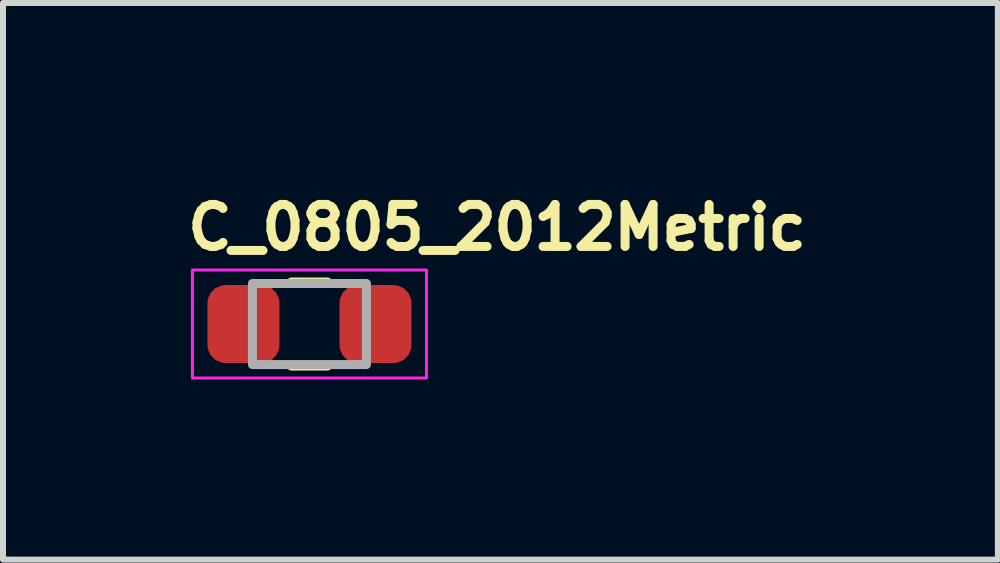
<source format=kicad_pcb>
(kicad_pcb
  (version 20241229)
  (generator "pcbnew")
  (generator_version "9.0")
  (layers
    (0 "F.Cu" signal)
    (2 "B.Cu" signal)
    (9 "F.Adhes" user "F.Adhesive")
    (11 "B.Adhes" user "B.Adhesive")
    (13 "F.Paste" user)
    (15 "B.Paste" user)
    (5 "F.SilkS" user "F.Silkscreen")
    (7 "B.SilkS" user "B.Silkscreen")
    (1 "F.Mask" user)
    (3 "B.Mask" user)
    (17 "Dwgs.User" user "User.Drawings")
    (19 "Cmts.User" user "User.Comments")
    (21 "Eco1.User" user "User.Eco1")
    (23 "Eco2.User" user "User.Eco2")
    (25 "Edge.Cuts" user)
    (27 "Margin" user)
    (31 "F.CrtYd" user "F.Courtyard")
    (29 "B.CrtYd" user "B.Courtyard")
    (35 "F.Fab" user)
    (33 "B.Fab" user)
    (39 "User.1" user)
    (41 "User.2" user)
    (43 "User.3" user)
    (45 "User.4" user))
  (footprint "C_0805_2012Metric"
    (layer "F.Cu")
    (at 2.106 2.349)
    (property "Reference" "C_0805_2012Metric" (at -2.106 -1.199 0) (layer "F.SilkS") (effects (font (size 0.7 0.7) (thickness 0.15)) (justify left bottom)))
    (attr smd)
    (fp_line (start -0.3 -0.7) (end 0.3 -0.7) (stroke (width 0.15) (type solid)) (layer "F.SilkS"))
    (fp_line (start -0.3 0.7) (end 0.3 0.7) (stroke (width 0.15) (type solid)) (layer "F.SilkS"))
    (fp_rect (start 1.95 -0.9) (end -1.95 0.9) (stroke (width 0.05) (type default)) (fill no) (layer "F.CrtYd"))
    (fp_rect (start -0.95 -0.675) (end 0.95 0.675) (stroke (width 0.15) (type solid)) (fill no) (layer "F.Fab"))
    (fp_rect (start -1 -0.624) (end 1 0.624) (stroke (width 0.1) (type solid)) (fill no) (layer "User.5"))
    (fp_line (start -1 -0.62) (end -1 -0.619) (stroke (width 0.02) (type solid)) (layer "User.9"))
    (fp_line (start -1 -0.619) (end -1 -0.619) (stroke (width 0.02) (type solid)) (layer "User.9"))
    (fp_line (start -1 -0.619) (end -1 -0.618) (stroke (width 0.02) (type solid)) (layer "User.9"))
    (fp_line (start -1 -0.618) (end -1 -0.618) (stroke (width 0.02) (type solid)) (layer "User.9"))
    (fp_line (start -1 -0.618) (end -1 -0.618) (stroke (width 0.02) (type solid)) (layer "User.9"))
    (fp_line (start -1 -0.618) (end -1 -0.617) (stroke (width 0.02) (type solid)) (layer "User.9"))
    (fp_line (start -1 -0.617) (end -1 -0.617) (stroke (width 0.02) (type solid)) (layer "User.9"))
    (fp_line (start -1 -0.617) (end -1 -0.616) (stroke (width 0.02) (type solid)) (layer "User.9"))
    (fp_line (start -1 -0.616) (end -1 -0.615) (stroke (width 0.02) (type solid)) (layer "User.9"))
    (fp_line (start -1 -0.615) (end -1 -0.615) (stroke (width 0.02) (type solid)) (layer "User.9"))
    (fp_line (start -1 -0.615) (end -1 -0.615) (stroke (width 0.02) (type solid)) (layer "User.9"))
    (fp_line (start -1 -0.615) (end -1 -0.614) (stroke (width 0.02) (type solid)) (layer "User.9"))
    (fp_line (start -1 -0.615) (end -1 0.613) (stroke (width 0.02) (type solid)) (layer "User.9"))
    (fp_line (start -1 -0.614) (end -1 -0.614) (stroke (width 0.02) (type solid)) (layer "User.9"))
    (fp_line (start -1 -0.614) (end -1 -0.613) (stroke (width 0.02) (type solid)) (layer "User.9"))
    (fp_line (start -1 -0.613) (end -1 -0.613) (stroke (width 0.02) (type solid)) (layer "User.9"))
    (fp_line (start -1 -0.613) (end -1 -0.613) (stroke (width 0.02) (type solid)) (layer "User.9"))
    (fp_line (start -1 -0.613) (end -1 -0.612) (stroke (width 0.02) (type solid)) (layer "User.9"))
    (fp_line (start -1 -0.612) (end -1 -0.612) (stroke (width 0.02) (type solid)) (layer "User.9"))
    (fp_line (start -1 -0.612) (end -1 -0.611) (stroke (width 0.02) (type solid)) (layer "User.9"))
    (fp_line (start -1 -0.611) (end -0.999 -0.611) (stroke (width 0.02) (type solid)) (layer "User.9"))
    (fp_line (start -1 0.609) (end -1 0.61) (stroke (width 0.02) (type solid)) (layer "User.9"))
    (fp_line (start -1 0.61) (end -1 0.61) (stroke (width 0.02) (type solid)) (layer "User.9"))
    (fp_line (start -1 0.61) (end -1 0.611) (stroke (width 0.02) (type solid)) (layer "User.9"))
    (fp_line (start -1 0.611) (end -1 0.611) (stroke (width 0.02) (type solid)) (layer "User.9"))
    (fp_line (start -1 0.611) (end -1 0.611) (stroke (width 0.02) (type solid)) (layer "User.9"))
    (fp_line (start -1 0.611) (end -1 0.612) (stroke (width 0.02) (type solid)) (layer "User.9"))
    (fp_line (start -1 0.612) (end -1 0.612) (stroke (width 0.02) (type solid)) (layer "User.9"))
    (fp_line (start -1 0.612) (end -1 0.613) (stroke (width 0.02) (type solid)) (layer "User.9"))
    (fp_line (start -1 0.613) (end -1 0.613) (stroke (width 0.02) (type solid)) (layer "User.9"))
    (fp_line (start -1 0.613) (end -1 0.613) (stroke (width 0.02) (type solid)) (layer "User.9"))
    (fp_line (start -1 0.613) (end -1 0.614) (stroke (width 0.02) (type solid)) (layer "User.9"))
    (fp_line (start -1 0.614) (end -1 0.615) (stroke (width 0.02) (type solid)) (layer "User.9"))
    (fp_line (start -1 0.615) (end -1 0.615) (stroke (width 0.02) (type solid)) (layer "User.9"))
    (fp_line (start -1 0.615) (end -1 0.616) (stroke (width 0.02) (type solid)) (layer "User.9"))
    (fp_line (start -1 0.616) (end -1 0.616) (stroke (width 0.02) (type solid)) (layer "User.9"))
    (fp_line (start -1 0.616) (end -1 0.616) (stroke (width 0.02) (type solid)) (layer "User.9"))
    (fp_line (start -1 0.616) (end -1 0.617) (stroke (width 0.02) (type solid)) (layer "User.9"))
    (fp_line (start -1 0.617) (end -1 0.617) (stroke (width 0.02) (type solid)) (layer "User.9"))
    (fp_line (start -1 0.617) (end -1 0.618) (stroke (width 0.02) (type solid)) (layer "User.9"))
    (fp_line (start -1 0.618) (end -0.999 0.618) (stroke (width 0.02) (type solid)) (layer "User.9"))
    (fp_line (start -0.999 -0.621) (end -0.999 -0.621) (stroke (width 0.02) (type solid)) (layer "User.9"))
    (fp_line (start -0.999 -0.621) (end -0.999 -0.621) (stroke (width 0.02) (type solid)) (layer "User.9"))
    (fp_line (start -0.999 -0.621) (end -0.999 -0.62) (stroke (width 0.02) (type solid)) (layer "User.9"))
    (fp_line (start -0.999 -0.62) (end -1 -0.62) (stroke (width 0.02) (type solid)) (layer "User.9"))
    (fp_line (start -0.999 -0.611) (end -0.999 -0.61) (stroke (width 0.02) (type solid)) (layer "User.9"))
    (fp_line (start -0.999 -0.61) (end -0.999 -0.61) (stroke (width 0.02) (type solid)) (layer "User.9"))
    (fp_line (start -0.999 -0.61) (end -0.999 -0.61) (stroke (width 0.02) (type solid)) (layer "User.9"))
    (fp_line (start -0.999 -0.61) (end -0.998 -0.609) (stroke (width 0.02) (type solid)) (layer "User.9"))
    (fp_line (start -0.999 0.608) (end -0.999 0.608) (stroke (width 0.02) (type solid)) (layer "User.9"))
    (fp_line (start -0.999 0.608) (end -0.999 0.608) (stroke (width 0.02) (type solid)) (layer "User.9"))
    (fp_line (start -0.999 0.608) (end -0.999 0.609) (stroke (width 0.02) (type solid)) (layer "User.9"))
    (fp_line (start -0.999 0.609) (end -1 0.609) (stroke (width 0.02) (type solid)) (layer "User.9"))
    (fp_line (start -0.999 0.618) (end -0.999 0.619) (stroke (width 0.02) (type solid)) (layer "User.9"))
    (fp_line (start -0.999 0.619) (end -0.999 0.619) (stroke (width 0.02) (type solid)) (layer "User.9"))
    (fp_line (start -0.999 0.619) (end -0.999 0.619) (stroke (width 0.02) (type solid)) (layer "User.9"))
    (fp_line (start -0.999 0.619) (end -0.998 0.62) (stroke (width 0.02) (type solid)) (layer "User.9"))
    (fp_line (start -0.998 -0.623) (end -0.998 -0.622) (stroke (width 0.02) (type solid)) (layer "User.9"))
    (fp_line (start -0.998 -0.622) (end -0.999 -0.621) (stroke (width 0.02) (type solid)) (layer "User.9"))
    (fp_line (start -0.998 -0.622) (end -0.998 -0.622) (stroke (width 0.02) (type solid)) (layer "User.9"))
    (fp_line (start -0.998 -0.609) (end -0.998 -0.609) (stroke (width 0.02) (type solid)) (layer "User.9"))
    (fp_line (start -0.998 -0.609) (end -0.998 -0.608) (stroke (width 0.02) (type solid)) (layer "User.9"))
    (fp_line (start -0.998 -0.608) (end -0.997 -0.608) (stroke (width 0.02) (type solid)) (layer "User.9"))
    (fp_line (start -0.998 0.606) (end -0.998 0.607) (stroke (width 0.02) (type solid)) (layer "User.9"))
    (fp_line (start -0.998 0.607) (end -0.999 0.608) (stroke (width 0.02) (type solid)) (layer "User.9"))
    (fp_line (start -0.998 0.607) (end -0.998 0.607) (stroke (width 0.02) (type solid)) (layer "User.9"))
    (fp_line (start -0.998 0.62) (end -0.998 0.62) (stroke (width 0.02) (type solid)) (layer "User.9"))
    (fp_line (start -0.998 0.62) (end -0.998 0.621) (stroke (width 0.02) (type solid)) (layer "User.9"))
    (fp_line (start -0.998 0.621) (end -0.997 0.621) (stroke (width 0.02) (type solid)) (layer "User.9"))
    (fp_line (start -0.997 -0.623) (end -0.998 -0.623) (stroke (width 0.02) (type solid)) (layer "User.9"))
    (fp_line (start -0.997 -0.623) (end -0.997 -0.623) (stroke (width 0.02) (type solid)) (layer "User.9"))
    (fp_line (start -0.997 -0.608) (end -0.997 -0.608) (stroke (width 0.02) (type solid)) (layer "User.9"))
    (fp_line (start -0.997 -0.608) (end -0.996 -0.607) (stroke (width 0.02) (type solid)) (layer "User.9"))
    (fp_line (start -0.997 0.606) (end -0.998 0.606) (stroke (width 0.02) (type solid)) (layer "User.9"))
    (fp_line (start -0.997 0.606) (end -0.997 0.606) (stroke (width 0.02) (type solid)) (layer "User.9"))
    (fp_line (start -0.997 0.621) (end -0.997 0.621) (stroke (width 0.02) (type solid)) (layer "User.9"))
    (fp_line (start -0.997 0.621) (end -0.996 0.622) (stroke (width 0.02) (type solid)) (layer "User.9"))
    (fp_line (start -0.996 -0.624) (end -0.997 -0.623) (stroke (width 0.02) (type solid)) (layer "User.9"))
    (fp_line (start -0.996 -0.624) (end -0.996 -0.624) (stroke (width 0.02) (type solid)) (layer "User.9"))
    (fp_line (start -0.996 -0.624) (end -0.996 -0.624) (stroke (width 0.02) (type solid)) (layer "User.9"))
    (fp_line (start -0.996 -0.607) (end -0.996 -0.607) (stroke (width 0.02) (type solid)) (layer "User.9"))
    (fp_line (start -0.996 -0.607) (end -0.996 -0.607) (stroke (width 0.02) (type solid)) (layer "User.9"))
    (fp_line (start -0.996 -0.607) (end -0.995 -0.607) (stroke (width 0.02) (type solid)) (layer "User.9"))
    (fp_line (start -0.996 0.605) (end -0.997 0.606) (stroke (width 0.02) (type solid)) (layer "User.9"))
    (fp_line (start -0.996 0.605) (end -0.996 0.605) (stroke (width 0.02) (type solid)) (layer "User.9"))
    (fp_line (start -0.996 0.605) (end -0.996 0.605) (stroke (width 0.02) (type solid)) (layer "User.9"))
    (fp_line (start -0.996 0.622) (end -0.996 0.622) (stroke (width 0.02) (type solid)) (layer "User.9"))
    (fp_line (start -0.996 0.622) (end -0.996 0.622) (stroke (width 0.02) (type solid)) (layer "User.9"))
    (fp_line (start -0.996 0.622) (end -0.995 0.622) (stroke (width 0.02) (type solid)) (layer "User.9"))
    (fp_line (start -0.995 -0.625) (end -0.995 -0.624) (stroke (width 0.02) (type solid)) (layer "User.9"))
    (fp_line (start -0.995 -0.624) (end -0.996 -0.624) (stroke (width 0.02) (type solid)) (layer "User.9"))
    (fp_line (start -0.995 -0.607) (end -0.995 -0.606) (stroke (width 0.02) (type solid)) (layer "User.9"))
    (fp_line (start -0.995 -0.606) (end -0.994 -0.606) (stroke (width 0.02) (type solid)) (layer "User.9"))
    (fp_line (start -0.995 0.604) (end -0.995 0.605) (stroke (width 0.02) (type solid)) (layer "User.9"))
    (fp_line (start -0.995 0.605) (end -0.996 0.605) (stroke (width 0.02) (type solid)) (layer "User.9"))
    (fp_line (start -0.995 0.622) (end -0.995 0.623) (stroke (width 0.02) (type solid)) (layer "User.9"))
    (fp_line (start -0.995 0.623) (end -0.994 0.623) (stroke (width 0.02) (type solid)) (layer "User.9"))
    (fp_line (start -0.994 -0.625) (end -0.995 -0.625) (stroke (width 0.02) (type solid)) (layer "User.9"))
    (fp_line (start -0.994 -0.625) (end -0.994 -0.625) (stroke (width 0.02) (type solid)) (layer "User.9"))
    (fp_line (start -0.994 -0.606) (end -0.994 -0.606) (stroke (width 0.02) (type solid)) (layer "User.9"))
    (fp_line (start -0.994 -0.606) (end -0.993 -0.606) (stroke (width 0.02) (type solid)) (layer "User.9"))
    (fp_line (start -0.994 0.604) (end -0.995 0.604) (stroke (width 0.02) (type solid)) (layer "User.9"))
    (fp_line (start -0.994 0.604) (end -0.994 0.604) (stroke (width 0.02) (type solid)) (layer "User.9"))
    (fp_line (start -0.994 0.623) (end -0.994 0.623) (stroke (width 0.02) (type solid)) (layer "User.9"))
    (fp_line (start -0.994 0.623) (end -0.993 0.623) (stroke (width 0.02) (type solid)) (layer "User.9"))
    (fp_line (start -0.993 -0.625) (end -0.994 -0.625) (stroke (width 0.02) (type solid)) (layer "User.9"))
    (fp_line (start -0.993 -0.625) (end -0.993 -0.625) (stroke (width 0.02) (type solid)) (layer "User.9"))
    (fp_line (start -0.993 -0.625) (end -0.993 -0.625) (stroke (width 0.02) (type solid)) (layer "User.9"))
    (fp_line (start -0.993 -0.606) (end -0.993 -0.606) (stroke (width 0.02) (type solid)) (layer "User.9"))
    (fp_line (start -0.993 -0.606) (end -0.993 -0.606) (stroke (width 0.02) (type solid)) (layer "User.9"))
    (fp_line (start -0.993 -0.606) (end -0.992 -0.606) (stroke (width 0.02) (type solid)) (layer "User.9"))
    (fp_line (start -0.993 0.604) (end -0.994 0.604) (stroke (width 0.02) (type solid)) (layer "User.9"))
    (fp_line (start -0.993 0.604) (end -0.993 0.604) (stroke (width 0.02) (type solid)) (layer "User.9"))
    (fp_line (start -0.993 0.604) (end -0.993 0.604) (stroke (width 0.02) (type solid)) (layer "User.9"))
    (fp_line (start -0.993 0.623) (end -0.993 0.623) (stroke (width 0.02) (type solid)) (layer "User.9"))
    (fp_line (start -0.993 0.623) (end -0.993 0.623) (stroke (width 0.02) (type solid)) (layer "User.9"))
    (fp_line (start -0.993 0.623) (end -0.992 0.623) (stroke (width 0.02) (type solid)) (layer "User.9"))
    (fp_line (start -0.992 -0.625) (end -0.993 -0.625) (stroke (width 0.02) (type solid)) (layer "User.9"))
    (fp_line (start -0.992 -0.625) (end -0.992 -0.625) (stroke (width 0.02) (type solid)) (layer "User.9"))
    (fp_line (start -0.992 -0.606) (end -0.992 -0.606) (stroke (width 0.02) (type solid)) (layer "User.9"))
    (fp_line (start -0.992 -0.606) (end -0.991 -0.606) (stroke (width 0.02) (type solid)) (layer "User.9"))
    (fp_line (start -0.992 0.604) (end -0.993 0.604) (stroke (width 0.02) (type solid)) (layer "User.9"))
    (fp_line (start -0.992 0.604) (end -0.992 0.604) (stroke (width 0.02) (type solid)) (layer "User.9"))
    (fp_line (start -0.992 0.623) (end -0.992 0.623) (stroke (width 0.02) (type solid)) (layer "User.9"))
    (fp_line (start -0.992 0.623) (end -0.991 0.623) (stroke (width 0.02) (type solid)) (layer "User.9"))
    (fp_line (start -0.991 -0.625) (end -0.992 -0.625) (stroke (width 0.02) (type solid)) (layer "User.9"))
    (fp_line (start -0.991 -0.606) (end -0.99 -0.605) (stroke (width 0.02) (type solid)) (layer "User.9"))
    (fp_line (start -0.991 0.604) (end -0.992 0.604) (stroke (width 0.02) (type solid)) (layer "User.9"))
    (fp_line (start -0.991 0.623) (end -0.99 0.623) (stroke (width 0.02) (type solid)) (layer "User.9"))
    (fp_line (start -0.99 -0.625) (end -0.991 -0.625) (stroke (width 0.02) (type solid)) (layer "User.9"))
    (fp_line (start -0.99 -0.625) (end -0.99 -0.625) (stroke (width 0.02) (type solid)) (layer "User.9"))
    (fp_line (start -0.99 -0.625) (end -0.99 -0.625) (stroke (width 0.02) (type solid)) (layer "User.9"))
    (fp_line (start -0.99 -0.606) (end -0.989 -0.606) (stroke (width 0.02) (type solid)) (layer "User.9"))
    (fp_line (start -0.99 -0.605) (end -0.99 -0.606) (stroke (width 0.02) (type solid)) (layer "User.9"))
    (fp_line (start -0.99 -0.605) (end -0.99 -0.605) (stroke (width 0.02) (type solid)) (layer "User.9"))
    (fp_line (start -0.99 0.604) (end -0.991 0.604) (stroke (width 0.02) (type solid)) (layer "User.9"))
    (fp_line (start -0.99 0.604) (end -0.99 0.604) (stroke (width 0.02) (type solid)) (layer "User.9"))
    (fp_line (start -0.99 0.604) (end -0.99 0.604) (stroke (width 0.02) (type solid)) (layer "User.9"))
    (fp_line (start -0.99 0.623) (end -0.99 0.623) (stroke (width 0.02) (type solid)) (layer "User.9"))
    (fp_line (start -0.99 0.623) (end -0.99 0.623) (stroke (width 0.02) (type solid)) (layer "User.9"))
    (fp_line (start -0.99 0.623) (end -0.989 0.623) (stroke (width 0.02) (type solid)) (layer "User.9"))
    (fp_line (start -0.99 0.623) (end -0.5 0.623) (stroke (width 0.02) (type solid)) (layer "User.9"))
    (fp_line (start -0.989 -0.625) (end -0.99 -0.625) (stroke (width 0.02) (type solid)) (layer "User.9"))
    (fp_line (start -0.989 -0.625) (end -0.989 -0.625) (stroke (width 0.02) (type solid)) (layer "User.9"))
    (fp_line (start -0.989 -0.606) (end -0.989 -0.606) (stroke (width 0.02) (type solid)) (layer "User.9"))
    (fp_line (start -0.989 -0.606) (end -0.988 -0.606) (stroke (width 0.02) (type solid)) (layer "User.9"))
    (fp_line (start -0.989 0.604) (end -0.99 0.604) (stroke (width 0.02) (type solid)) (layer "User.9"))
    (fp_line (start -0.989 0.604) (end -0.989 0.604) (stroke (width 0.02) (type solid)) (layer "User.9"))
    (fp_line (start -0.989 0.623) (end -0.989 0.623) (stroke (width 0.02) (type solid)) (layer "User.9"))
    (fp_line (start -0.989 0.623) (end -0.988 0.623) (stroke (width 0.02) (type solid)) (layer "User.9"))
    (fp_line (start -0.988 -0.625) (end -0.989 -0.625) (stroke (width 0.02) (type solid)) (layer "User.9"))
    (fp_line (start -0.988 -0.625) (end -0.988 -0.625) (stroke (width 0.02) (type solid)) (layer "User.9"))
    (fp_line (start -0.988 -0.625) (end -0.988 -0.625) (stroke (width 0.02) (type solid)) (layer "User.9"))
    (fp_line (start -0.988 -0.606) (end -0.988 -0.606) (stroke (width 0.02) (type solid)) (layer "User.9"))
    (fp_line (start -0.988 -0.606) (end -0.988 -0.606) (stroke (width 0.02) (type solid)) (layer "User.9"))
    (fp_line (start -0.988 -0.606) (end -0.987 -0.606) (stroke (width 0.02) (type solid)) (layer "User.9"))
    (fp_line (start -0.988 0.604) (end -0.989 0.604) (stroke (width 0.02) (type solid)) (layer "User.9"))
    (fp_line (start -0.988 0.604) (end -0.988 0.604) (stroke (width 0.02) (type solid)) (layer "User.9"))
    (fp_line (start -0.988 0.604) (end -0.988 0.604) (stroke (width 0.02) (type solid)) (layer "User.9"))
    (fp_line (start -0.988 0.623) (end -0.988 0.623) (stroke (width 0.02) (type solid)) (layer "User.9"))
    (fp_line (start -0.988 0.623) (end -0.988 0.623) (stroke (width 0.02) (type solid)) (layer "User.9"))
    (fp_line (start -0.988 0.623) (end -0.987 0.623) (stroke (width 0.02) (type solid)) (layer "User.9"))
    (fp_line (start -0.987 -0.625) (end -0.988 -0.625) (stroke (width 0.02) (type solid)) (layer "User.9"))
    (fp_line (start -0.987 -0.625) (end -0.987 -0.625) (stroke (width 0.02) (type solid)) (layer "User.9"))
    (fp_line (start -0.987 -0.606) (end -0.987 -0.606) (stroke (width 0.02) (type solid)) (layer "User.9"))
    (fp_line (start -0.987 -0.606) (end -0.986 -0.606) (stroke (width 0.02) (type solid)) (layer "User.9"))
    (fp_line (start -0.987 0.604) (end -0.988 0.604) (stroke (width 0.02) (type solid)) (layer "User.9"))
    (fp_line (start -0.987 0.604) (end -0.987 0.604) (stroke (width 0.02) (type solid)) (layer "User.9"))
    (fp_line (start -0.987 0.623) (end -0.987 0.623) (stroke (width 0.02) (type solid)) (layer "User.9"))
    (fp_line (start -0.987 0.623) (end -0.986 0.623) (stroke (width 0.02) (type solid)) (layer "User.9"))
    (fp_line (start -0.986 -0.625) (end -0.987 -0.625) (stroke (width 0.02) (type solid)) (layer "User.9"))
    (fp_line (start -0.986 -0.624) (end -0.986 -0.625) (stroke (width 0.02) (type solid)) (layer "User.9"))
    (fp_line (start -0.986 -0.607) (end -0.985 -0.607) (stroke (width 0.02) (type solid)) (layer "User.9"))
    (fp_line (start -0.986 -0.606) (end -0.986 -0.607) (stroke (width 0.02) (type solid)) (layer "User.9"))
    (fp_line (start -0.986 0.604) (end -0.987 0.604) (stroke (width 0.02) (type solid)) (layer "User.9"))
    (fp_line (start -0.986 0.605) (end -0.986 0.604) (stroke (width 0.02) (type solid)) (layer "User.9"))
    (fp_line (start -0.986 0.622) (end -0.985 0.622) (stroke (width 0.02) (type solid)) (layer "User.9"))
    (fp_line (start -0.986 0.623) (end -0.986 0.622) (stroke (width 0.02) (type solid)) (layer "User.9"))
    (fp_line (start -0.985 -0.624) (end -0.986 -0.624) (stroke (width 0.02) (type solid)) (layer "User.9"))
    (fp_line (start -0.985 -0.624) (end -0.985 -0.624) (stroke (width 0.02) (type solid)) (layer "User.9"))
    (fp_line (start -0.985 -0.624) (end -0.985 -0.624) (stroke (width 0.02) (type solid)) (layer "User.9"))
    (fp_line (start -0.985 -0.607) (end -0.985 -0.607) (stroke (width 0.02) (type solid)) (layer "User.9"))
    (fp_line (start -0.985 -0.607) (end -0.985 -0.607) (stroke (width 0.02) (type solid)) (layer "User.9"))
    (fp_line (start -0.985 -0.607) (end -0.984 -0.608) (stroke (width 0.02) (type solid)) (layer "User.9"))
    (fp_line (start -0.985 0.605) (end -0.986 0.605) (stroke (width 0.02) (type solid)) (layer "User.9"))
    (fp_line (start -0.985 0.605) (end -0.985 0.605) (stroke (width 0.02) (type solid)) (layer "User.9"))
    (fp_line (start -0.985 0.605) (end -0.985 0.605) (stroke (width 0.02) (type solid)) (layer "User.9"))
    (fp_line (start -0.985 0.622) (end -0.985 0.622) (stroke (width 0.02) (type solid)) (layer "User.9"))
    (fp_line (start -0.985 0.622) (end -0.985 0.622) (stroke (width 0.02) (type solid)) (layer "User.9"))
    (fp_line (start -0.985 0.622) (end -0.984 0.621) (stroke (width 0.02) (type solid)) (layer "User.9"))
    (fp_line (start -0.984 -0.623) (end -0.985 -0.624) (stroke (width 0.02) (type solid)) (layer "User.9"))
    (fp_line (start -0.984 -0.623) (end -0.984 -0.623) (stroke (width 0.02) (type solid)) (layer "User.9"))
    (fp_line (start -0.984 -0.608) (end -0.984 -0.608) (stroke (width 0.02) (type solid)) (layer "User.9"))
    (fp_line (start -0.984 -0.608) (end -0.983 -0.608) (stroke (width 0.02) (type solid)) (layer "User.9"))
    (fp_line (start -0.984 0.606) (end -0.985 0.605) (stroke (width 0.02) (type solid)) (layer "User.9"))
    (fp_line (start -0.984 0.606) (end -0.984 0.606) (stroke (width 0.02) (type solid)) (layer "User.9"))
    (fp_line (start -0.984 0.621) (end -0.984 0.621) (stroke (width 0.02) (type solid)) (layer "User.9"))
    (fp_line (start -0.984 0.621) (end -0.983 0.621) (stroke (width 0.02) (type solid)) (layer "User.9"))
    (fp_line (start -0.983 -0.623) (end -0.984 -0.623) (stroke (width 0.02) (type solid)) (layer "User.9"))
    (fp_line (start -0.983 -0.622) (end -0.983 -0.623) (stroke (width 0.02) (type solid)) (layer "User.9"))
    (fp_line (start -0.983 -0.622) (end -0.983 -0.622) (stroke (width 0.02) (type solid)) (layer "User.9"))
    (fp_line (start -0.983 -0.609) (end -0.983 -0.609) (stroke (width 0.02) (type solid)) (layer "User.9"))
    (fp_line (start -0.983 -0.609) (end -0.982 -0.61) (stroke (width 0.02) (type solid)) (layer "User.9"))
    (fp_line (start -0.983 -0.608) (end -0.983 -0.609) (stroke (width 0.02) (type solid)) (layer "User.9"))
    (fp_line (start -0.983 0.606) (end -0.984 0.606) (stroke (width 0.02) (type solid)) (layer "User.9"))
    (fp_line (start -0.983 0.607) (end -0.983 0.606) (stroke (width 0.02) (type solid)) (layer "User.9"))
    (fp_line (start -0.983 0.607) (end -0.983 0.607) (stroke (width 0.02) (type solid)) (layer "User.9"))
    (fp_line (start -0.983 0.62) (end -0.983 0.62) (stroke (width 0.02) (type solid)) (layer "User.9"))
    (fp_line (start -0.983 0.62) (end -0.982 0.619) (stroke (width 0.02) (type solid)) (layer "User.9"))
    (fp_line (start -0.983 0.621) (end -0.983 0.62) (stroke (width 0.02) (type solid)) (layer "User.9"))
    (fp_line (start -0.982 -0.621) (end -0.983 -0.622) (stroke (width 0.02) (type solid)) (layer "User.9"))
    (fp_line (start -0.982 -0.621) (end -0.982 -0.621) (stroke (width 0.02) (type solid)) (layer "User.9"))
    (fp_line (start -0.982 -0.621) (end -0.982 -0.621) (stroke (width 0.02) (type solid)) (layer "User.9"))
    (fp_line (start -0.982 -0.62) (end -0.982 -0.621) (stroke (width 0.02) (type solid)) (layer "User.9"))
    (fp_line (start -0.982 -0.611) (end -0.981 -0.611) (stroke (width 0.02) (type solid)) (layer "User.9"))
    (fp_line (start -0.982 -0.61) (end -0.982 -0.611) (stroke (width 0.02) (type solid)) (layer "User.9"))
    (fp_line (start -0.982 -0.61) (end -0.982 -0.61) (stroke (width 0.02) (type solid)) (layer "User.9"))
    (fp_line (start -0.982 -0.61) (end -0.982 -0.61) (stroke (width 0.02) (type solid)) (layer "User.9"))
    (fp_line (start -0.982 0.608) (end -0.983 0.607) (stroke (width 0.02) (type solid)) (layer "User.9"))
    (fp_line (start -0.982 0.608) (end -0.982 0.608) (stroke (width 0.02) (type solid)) (layer "User.9"))
    (fp_line (start -0.982 0.608) (end -0.982 0.608) (stroke (width 0.02) (type solid)) (layer "User.9"))
    (fp_line (start -0.982 0.609) (end -0.982 0.608) (stroke (width 0.02) (type solid)) (layer "User.9"))
    (fp_line (start -0.982 0.618) (end -0.981 0.618) (stroke (width 0.02) (type solid)) (layer "User.9"))
    (fp_line (start -0.982 0.619) (end -0.982 0.618) (stroke (width 0.02) (type solid)) (layer "User.9"))
    (fp_line (start -0.982 0.619) (end -0.982 0.619) (stroke (width 0.02) (type solid)) (layer "User.9"))
    (fp_line (start -0.982 0.619) (end -0.982 0.619) (stroke (width 0.02) (type solid)) (layer "User.9"))
    (fp_line (start -0.981 -0.62) (end -0.982 -0.62) (stroke (width 0.02) (type solid)) (layer "User.9"))
    (fp_line (start -0.981 -0.619) (end -0.981 -0.62) (stroke (width 0.02) (type solid)) (layer "User.9"))
    (fp_line (start -0.981 -0.619) (end -0.981 -0.619) (stroke (width 0.02) (type solid)) (layer "User.9"))
    (fp_line (start -0.981 -0.618) (end -0.981 -0.619) (stroke (width 0.02) (type solid)) (layer "User.9"))
    (fp_line (start -0.981 -0.618) (end -0.981 -0.618) (stroke (width 0.02) (type solid)) (layer "User.9"))
    (fp_line (start -0.981 -0.618) (end -0.981 -0.618) (stroke (width 0.02) (type solid)) (layer "User.9"))
    (fp_line (start -0.981 -0.617) (end -0.981 -0.618) (stroke (width 0.02) (type solid)) (layer "User.9"))
    (fp_line (start -0.981 -0.617) (end -0.981 -0.617) (stroke (width 0.02) (type solid)) (layer "User.9"))
    (fp_line (start -0.981 -0.616) (end -0.981 -0.617) (stroke (width 0.02) (type solid)) (layer "User.9"))
    (fp_line (start -0.981 -0.615) (end -0.98 -0.615) (stroke (width 0.02) (type solid)) (layer "User.9"))
    (fp_line (start -0.981 -0.614) (end -0.981 -0.615) (stroke (width 0.02) (type solid)) (layer "User.9"))
    (fp_line (start -0.981 -0.614) (end -0.981 -0.614) (stroke (width 0.02) (type solid)) (layer "User.9"))
    (fp_line (start -0.981 -0.613) (end -0.981 -0.614) (stroke (width 0.02) (type solid)) (layer "User.9"))
    (fp_line (start -0.981 -0.613) (end -0.981 -0.613) (stroke (width 0.02) (type solid)) (layer "User.9"))
    (fp_line (start -0.981 -0.613) (end -0.981 -0.613) (stroke (width 0.02) (type solid)) (layer "User.9"))
    (fp_line (start -0.981 -0.612) (end -0.981 -0.613) (stroke (width 0.02) (type solid)) (layer "User.9"))
    (fp_line (start -0.981 -0.612) (end -0.981 -0.612) (stroke (width 0.02) (type solid)) (layer "User.9"))
    (fp_line (start -0.981 -0.611) (end -0.981 -0.612) (stroke (width 0.02) (type solid)) (layer "User.9"))
    (fp_line (start -0.981 0.609) (end -0.982 0.609) (stroke (width 0.02) (type solid)) (layer "User.9"))
    (fp_line (start -0.981 0.61) (end -0.981 0.609) (stroke (width 0.02) (type solid)) (layer "User.9"))
    (fp_line (start -0.981 0.61) (end -0.981 0.61) (stroke (width 0.02) (type solid)) (layer "User.9"))
    (fp_line (start -0.981 0.611) (end -0.981 0.61) (stroke (width 0.02) (type solid)) (layer "User.9"))
    (fp_line (start -0.981 0.611) (end -0.981 0.611) (stroke (width 0.02) (type solid)) (layer "User.9"))
    (fp_line (start -0.981 0.611) (end -0.981 0.611) (stroke (width 0.02) (type solid)) (layer "User.9"))
    (fp_line (start -0.981 0.612) (end -0.981 0.611) (stroke (width 0.02) (type solid)) (layer "User.9"))
    (fp_line (start -0.981 0.612) (end -0.981 0.612) (stroke (width 0.02) (type solid)) (layer "User.9"))
    (fp_line (start -0.981 0.613) (end -0.981 0.612) (stroke (width 0.02) (type solid)) (layer "User.9"))
    (fp_line (start -0.981 0.614) (end -0.98 0.613) (stroke (width 0.02) (type solid)) (layer "User.9"))
    (fp_line (start -0.981 0.615) (end -0.981 0.614) (stroke (width 0.02) (type solid)) (layer "User.9"))
    (fp_line (start -0.981 0.615) (end -0.981 0.615) (stroke (width 0.02) (type solid)) (layer "User.9"))
    (fp_line (start -0.981 0.616) (end -0.981 0.615) (stroke (width 0.02) (type solid)) (layer "User.9"))
    (fp_line (start -0.981 0.616) (end -0.981 0.616) (stroke (width 0.02) (type solid)) (layer "User.9"))
    (fp_line (start -0.981 0.616) (end -0.981 0.616) (stroke (width 0.02) (type solid)) (layer "User.9"))
    (fp_line (start -0.981 0.617) (end -0.981 0.616) (stroke (width 0.02) (type solid)) (layer "User.9"))
    (fp_line (start -0.981 0.617) (end -0.981 0.617) (stroke (width 0.02) (type solid)) (layer "User.9"))
    (fp_line (start -0.981 0.618) (end -0.981 0.617) (stroke (width 0.02) (type solid)) (layer "User.9"))
    (fp_line (start -0.98 -0.615) (end -0.981 -0.616) (stroke (width 0.02) (type solid)) (layer "User.9"))
    (fp_line (start -0.98 -0.615) (end -0.98 -0.615) (stroke (width 0.02) (type solid)) (layer "User.9"))
    (fp_line (start -0.98 -0.615) (end -0.98 -0.615) (stroke (width 0.02) (type solid)) (layer "User.9"))
    (fp_line (start -0.98 0.613) (end -0.981 0.613) (stroke (width 0.02) (type solid)) (layer "User.9"))
    (fp_line (start -0.98 0.613) (end -0.98 0.613) (stroke (width 0.02) (type solid)) (layer "User.9"))
    (fp_line (start -0.98 0.613) (end -0.98 0.613) (stroke (width 0.02) (type solid)) (layer "User.9"))
    (fp_line (start -0.5 -0.625) (end -0.99 -0.625) (stroke (width 0.02) (type solid)) (layer "User.9"))
    (fp_line (start -0.5 -0.615) (end -0.5 -0.625) (stroke (width 0.02) (type solid)) (layer "User.9"))
    (fp_line (start -0.5 0.609) (end 0.498 0.609) (stroke (width 0.02) (type solid)) (layer "User.9"))
    (fp_line (start -0.5 0.613) (end -0.5 -0.615) (stroke (width 0.02) (type solid)) (layer "User.9"))
    (fp_line (start -0.5 0.623) (end -0.5 0.613) (stroke (width 0.02) (type solid)) (layer "User.9"))
    (fp_line (start 0.498 -0.625) (end 0.498 -0.615) (stroke (width 0.02) (type solid)) (layer "User.9"))
    (fp_line (start 0.498 -0.615) (end 0.498 0.613) (stroke (width 0.02) (type solid)) (layer "User.9"))
    (fp_line (start 0.498 -0.61) (end -0.5 -0.61) (stroke (width 0.02) (type solid)) (layer "User.9"))
    (fp_line (start 0.498 0.613) (end 0.498 0.623) (stroke (width 0.02) (type solid)) (layer "User.9"))
    (fp_line (start 0.498 0.623) (end 0.988 0.623) (stroke (width 0.02) (type solid)) (layer "User.9"))
    (fp_line (start 0.978 -0.615) (end 0.978 -0.615) (stroke (width 0.02) (type solid)) (layer "User.9"))
    (fp_line (start 0.978 -0.615) (end 0.979 -0.615) (stroke (width 0.02) (type solid)) (layer "User.9"))
    (fp_line (start 0.978 0.613) (end 0.978 0.613) (stroke (width 0.02) (type solid)) (layer "User.9"))
    (fp_line (start 0.978 0.613) (end 0.979 0.614) (stroke (width 0.02) (type solid)) (layer "User.9"))
    (fp_line (start 0.979 -0.62) (end 0.979 -0.619) (stroke (width 0.02) (type solid)) (layer "User.9"))
    (fp_line (start 0.979 -0.619) (end 0.979 -0.619) (stroke (width 0.02) (type solid)) (layer "User.9"))
    (fp_line (start 0.979 -0.619) (end 0.979 -0.618) (stroke (width 0.02) (type solid)) (layer "User.9"))
    (fp_line (start 0.979 -0.618) (end 0.979 -0.618) (stroke (width 0.02) (type solid)) (layer "User.9"))
    (fp_line (start 0.979 -0.618) (end 0.979 -0.618) (stroke (width 0.02) (type solid)) (layer "User.9"))
    (fp_line (start 0.979 -0.618) (end 0.979 -0.617) (stroke (width 0.02) (type solid)) (layer "User.9"))
    (fp_line (start 0.979 -0.617) (end 0.979 -0.617) (stroke (width 0.02) (type solid)) (layer "User.9"))
    (fp_line (start 0.979 -0.617) (end 0.979 -0.616) (stroke (width 0.02) (type solid)) (layer "User.9"))
    (fp_line (start 0.979 -0.616) (end 0.978 -0.615) (stroke (width 0.02) (type solid)) (layer "User.9"))
    (fp_line (start 0.979 -0.615) (end 0.979 -0.614) (stroke (width 0.02) (type solid)) (layer "User.9"))
    (fp_line (start 0.979 -0.614) (end 0.979 -0.614) (stroke (width 0.02) (type solid)) (layer "User.9"))
    (fp_line (start 0.979 -0.614) (end 0.979 -0.613) (stroke (width 0.02) (type solid)) (layer "User.9"))
    (fp_line (start 0.979 -0.613) (end 0.979 -0.613) (stroke (width 0.02) (type solid)) (layer "User.9"))
    (fp_line (start 0.979 -0.613) (end 0.979 -0.613) (stroke (width 0.02) (type solid)) (layer "User.9"))
    (fp_line (start 0.979 -0.613) (end 0.979 -0.612) (stroke (width 0.02) (type solid)) (layer "User.9"))
    (fp_line (start 0.979 -0.612) (end 0.979 -0.612) (stroke (width 0.02) (type solid)) (layer "User.9"))
    (fp_line (start 0.979 -0.612) (end 0.979 -0.611) (stroke (width 0.02) (type solid)) (layer "User.9"))
    (fp_line (start 0.979 -0.611) (end 0.98 -0.611) (stroke (width 0.02) (type solid)) (layer "User.9"))
    (fp_line (start 0.979 0.609) (end 0.979 0.61) (stroke (width 0.02) (type solid)) (layer "User.9"))
    (fp_line (start 0.979 0.61) (end 0.979 0.61) (stroke (width 0.02) (type solid)) (layer "User.9"))
    (fp_line (start 0.979 0.61) (end 0.979 0.611) (stroke (width 0.02) (type solid)) (layer "User.9"))
    (fp_line (start 0.979 0.611) (end 0.979 0.611) (stroke (width 0.02) (type solid)) (layer "User.9"))
    (fp_line (start 0.979 0.611) (end 0.979 0.611) (stroke (width 0.02) (type solid)) (layer "User.9"))
    (fp_line (start 0.979 0.611) (end 0.979 0.612) (stroke (width 0.02) (type solid)) (layer "User.9"))
    (fp_line (start 0.979 0.612) (end 0.979 0.612) (stroke (width 0.02) (type solid)) (layer "User.9"))
    (fp_line (start 0.979 0.612) (end 0.979 0.613) (stroke (width 0.02) (type solid)) (layer "User.9"))
    (fp_line (start 0.979 0.613) (end 0.978 0.613) (stroke (width 0.02) (type solid)) (layer "User.9"))
    (fp_line (start 0.979 0.614) (end 0.979 0.615) (stroke (width 0.02) (type solid)) (layer "User.9"))
    (fp_line (start 0.979 0.615) (end 0.979 0.615) (stroke (width 0.02) (type solid)) (layer "User.9"))
    (fp_line (start 0.979 0.615) (end 0.979 0.616) (stroke (width 0.02) (type solid)) (layer "User.9"))
    (fp_line (start 0.979 0.616) (end 0.979 0.616) (stroke (width 0.02) (type solid)) (layer "User.9"))
    (fp_line (start 0.979 0.616) (end 0.979 0.616) (stroke (width 0.02) (type solid)) (layer "User.9"))
    (fp_line (start 0.979 0.616) (end 0.979 0.617) (stroke (width 0.02) (type solid)) (layer "User.9"))
    (fp_line (start 0.979 0.617) (end 0.979 0.617) (stroke (width 0.02) (type solid)) (layer "User.9"))
    (fp_line (start 0.979 0.617) (end 0.979 0.618) (stroke (width 0.02) (type solid)) (layer "User.9"))
    (fp_line (start 0.979 0.618) (end 0.98 0.618) (stroke (width 0.02) (type solid)) (layer "User.9"))
    (fp_line (start 0.98 -0.621) (end 0.98 -0.621) (stroke (width 0.02) (type solid)) (layer "User.9"))
    (fp_line (start 0.98 -0.621) (end 0.98 -0.621) (stroke (width 0.02) (type solid)) (layer "User.9"))
    (fp_line (start 0.98 -0.621) (end 0.98 -0.62) (stroke (width 0.02) (type solid)) (layer "User.9"))
    (fp_line (start 0.98 -0.62) (end 0.979 -0.62) (stroke (width 0.02) (type solid)) (layer "User.9"))
    (fp_line (start 0.98 -0.611) (end 0.98 -0.61) (stroke (width 0.02) (type solid)) (layer "User.9"))
    (fp_line (start 0.98 -0.61) (end 0.98 -0.61) (stroke (width 0.02) (type solid)) (layer "User.9"))
    (fp_line (start 0.98 -0.61) (end 0.98 -0.61) (stroke (width 0.02) (type solid)) (layer "User.9"))
    (fp_line (start 0.98 -0.61) (end 0.981 -0.609) (stroke (width 0.02) (type solid)) (layer "User.9"))
    (fp_line (start 0.98 0.608) (end 0.98 0.608) (stroke (width 0.02) (type solid)) (layer "User.9"))
    (fp_line (start 0.98 0.608) (end 0.98 0.608) (stroke (width 0.02) (type solid)) (layer "User.9"))
    (fp_line (start 0.98 0.608) (end 0.98 0.609) (stroke (width 0.02) (type solid)) (layer "User.9"))
    (fp_line (start 0.98 0.609) (end 0.979 0.609) (stroke (width 0.02) (type solid)) (layer "User.9"))
    (fp_line (start 0.98 0.618) (end 0.98 0.619) (stroke (width 0.02) (type solid)) (layer "User.9"))
    (fp_line (start 0.98 0.619) (end 0.98 0.619) (stroke (width 0.02) (type solid)) (layer "User.9"))
    (fp_line (start 0.98 0.619) (end 0.98 0.619) (stroke (width 0.02) (type solid)) (layer "User.9"))
    (fp_line (start 0.98 0.619) (end 0.981 0.62) (stroke (width 0.02) (type solid)) (layer "User.9"))
    (fp_line (start 0.981 -0.623) (end 0.981 -0.622) (stroke (width 0.02) (type solid)) (layer "User.9"))
    (fp_line (start 0.981 -0.622) (end 0.98 -0.621) (stroke (width 0.02) (type solid)) (layer "User.9"))
    (fp_line (start 0.981 -0.622) (end 0.981 -0.622) (stroke (width 0.02) (type solid)) (layer "User.9"))
    (fp_line (start 0.981 -0.609) (end 0.981 -0.609) (stroke (width 0.02) (type solid)) (layer "User.9"))
    (fp_line (start 0.981 -0.609) (end 0.981 -0.608) (stroke (width 0.02) (type solid)) (layer "User.9"))
    (fp_line (start 0.981 -0.608) (end 0.982 -0.608) (stroke (width 0.02) (type solid)) (layer "User.9"))
    (fp_line (start 0.981 0.606) (end 0.981 0.607) (stroke (width 0.02) (type solid)) (layer "User.9"))
    (fp_line (start 0.981 0.607) (end 0.98 0.608) (stroke (width 0.02) (type solid)) (layer "User.9"))
    (fp_line (start 0.981 0.607) (end 0.981 0.607) (stroke (width 0.02) (type solid)) (layer "User.9"))
    (fp_line (start 0.981 0.62) (end 0.981 0.62) (stroke (width 0.02) (type solid)) (layer "User.9"))
    (fp_line (start 0.981 0.62) (end 0.981 0.621) (stroke (width 0.02) (type solid)) (layer "User.9"))
    (fp_line (start 0.981 0.621) (end 0.982 0.621) (stroke (width 0.02) (type solid)) (layer "User.9"))
    (fp_line (start 0.982 -0.623) (end 0.981 -0.623) (stroke (width 0.02) (type solid)) (layer "User.9"))
    (fp_line (start 0.982 -0.623) (end 0.982 -0.623) (stroke (width 0.02) (type solid)) (layer "User.9"))
    (fp_line (start 0.982 -0.608) (end 0.982 -0.608) (stroke (width 0.02) (type solid)) (layer "User.9"))
    (fp_line (start 0.982 -0.608) (end 0.983 -0.607) (stroke (width 0.02) (type solid)) (layer "User.9"))
    (fp_line (start 0.982 0.606) (end 0.981 0.606) (stroke (width 0.02) (type solid)) (layer "User.9"))
    (fp_line (start 0.982 0.606) (end 0.982 0.606) (stroke (width 0.02) (type solid)) (layer "User.9"))
    (fp_line (start 0.982 0.621) (end 0.982 0.621) (stroke (width 0.02) (type solid)) (layer "User.9"))
    (fp_line (start 0.982 0.621) (end 0.983 0.622) (stroke (width 0.02) (type solid)) (layer "User.9"))
    (fp_line (start 0.983 -0.624) (end 0.982 -0.623) (stroke (width 0.02) (type solid)) (layer "User.9"))
    (fp_line (start 0.983 -0.624) (end 0.983 -0.624) (stroke (width 0.02) (type solid)) (layer "User.9"))
    (fp_line (start 0.983 -0.624) (end 0.983 -0.624) (stroke (width 0.02) (type solid)) (layer "User.9"))
    (fp_line (start 0.983 -0.607) (end 0.983 -0.607) (stroke (width 0.02) (type solid)) (layer "User.9"))
    (fp_line (start 0.983 -0.607) (end 0.983 -0.607) (stroke (width 0.02) (type solid)) (layer "User.9"))
    (fp_line (start 0.983 -0.607) (end 0.984 -0.607) (stroke (width 0.02) (type solid)) (layer "User.9"))
    (fp_line (start 0.983 0.605) (end 0.982 0.606) (stroke (width 0.02) (type solid)) (layer "User.9"))
    (fp_line (start 0.983 0.605) (end 0.983 0.605) (stroke (width 0.02) (type solid)) (layer "User.9"))
    (fp_line (start 0.983 0.605) (end 0.983 0.605) (stroke (width 0.02) (type solid)) (layer "User.9"))
    (fp_line (start 0.983 0.622) (end 0.983 0.622) (stroke (width 0.02) (type solid)) (layer "User.9"))
    (fp_line (start 0.983 0.622) (end 0.983 0.622) (stroke (width 0.02) (type solid)) (layer "User.9"))
    (fp_line (start 0.983 0.622) (end 0.984 0.622) (stroke (width 0.02) (type solid)) (layer "User.9"))
    (fp_line (start 0.984 -0.625) (end 0.984 -0.624) (stroke (width 0.02) (type solid)) (layer "User.9"))
    (fp_line (start 0.984 -0.624) (end 0.983 -0.624) (stroke (width 0.02) (type solid)) (layer "User.9"))
    (fp_line (start 0.984 -0.607) (end 0.984 -0.606) (stroke (width 0.02) (type solid)) (layer "User.9"))
    (fp_line (start 0.984 -0.606) (end 0.985 -0.606) (stroke (width 0.02) (type solid)) (layer "User.9"))
    (fp_line (start 0.984 0.604) (end 0.984 0.605) (stroke (width 0.02) (type solid)) (layer "User.9"))
    (fp_line (start 0.984 0.605) (end 0.983 0.605) (stroke (width 0.02) (type solid)) (layer "User.9"))
    (fp_line (start 0.984 0.622) (end 0.984 0.623) (stroke (width 0.02) (type solid)) (layer "User.9"))
    (fp_line (start 0.984 0.623) (end 0.985 0.623) (stroke (width 0.02) (type solid)) (layer "User.9"))
    (fp_line (start 0.985 -0.625) (end 0.984 -0.625) (stroke (width 0.02) (type solid)) (layer "User.9"))
    (fp_line (start 0.985 -0.625) (end 0.985 -0.625) (stroke (width 0.02) (type solid)) (layer "User.9"))
    (fp_line (start 0.985 -0.606) (end 0.985 -0.606) (stroke (width 0.02) (type solid)) (layer "User.9"))
    (fp_line (start 0.985 -0.606) (end 0.986 -0.606) (stroke (width 0.02) (type solid)) (layer "User.9"))
    (fp_line (start 0.985 0.604) (end 0.984 0.604) (stroke (width 0.02) (type solid)) (layer "User.9"))
    (fp_line (start 0.985 0.604) (end 0.985 0.604) (stroke (width 0.02) (type solid)) (layer "User.9"))
    (fp_line (start 0.985 0.623) (end 0.985 0.623) (stroke (width 0.02) (type solid)) (layer "User.9"))
    (fp_line (start 0.985 0.623) (end 0.986 0.623) (stroke (width 0.02) (type solid)) (layer "User.9"))
    (fp_line (start 0.986 -0.625) (end 0.985 -0.625) (stroke (width 0.02) (type solid)) (layer "User.9"))
    (fp_line (start 0.986 -0.625) (end 0.986 -0.625) (stroke (width 0.02) (type solid)) (layer "User.9"))
    (fp_line (start 0.986 -0.625) (end 0.986 -0.625) (stroke (width 0.02) (type solid)) (layer "User.9"))
    (fp_line (start 0.986 -0.606) (end 0.986 -0.606) (stroke (width 0.02) (type solid)) (layer "User.9"))
    (fp_line (start 0.986 -0.606) (end 0.986 -0.606) (stroke (width 0.02) (type solid)) (layer "User.9"))
    (fp_line (start 0.986 -0.606) (end 0.987 -0.606) (stroke (width 0.02) (type solid)) (layer "User.9"))
    (fp_line (start 0.986 0.604) (end 0.985 0.604) (stroke (width 0.02) (type solid)) (layer "User.9"))
    (fp_line (start 0.986 0.604) (end 0.986 0.604) (stroke (width 0.02) (type solid)) (layer "User.9"))
    (fp_line (start 0.986 0.604) (end 0.986 0.604) (stroke (width 0.02) (type solid)) (layer "User.9"))
    (fp_line (start 0.986 0.623) (end 0.986 0.623) (stroke (width 0.02) (type solid)) (layer "User.9"))
    (fp_line (start 0.986 0.623) (end 0.986 0.623) (stroke (width 0.02) (type solid)) (layer "User.9"))
    (fp_line (start 0.986 0.623) (end 0.987 0.623) (stroke (width 0.02) (type solid)) (layer "User.9"))
    (fp_line (start 0.987 -0.625) (end 0.986 -0.625) (stroke (width 0.02) (type solid)) (layer "User.9"))
    (fp_line (start 0.987 -0.625) (end 0.987 -0.625) (stroke (width 0.02) (type solid)) (layer "User.9"))
    (fp_line (start 0.987 -0.606) (end 0.987 -0.606) (stroke (width 0.02) (type solid)) (layer "User.9"))
    (fp_line (start 0.987 -0.606) (end 0.988 -0.606) (stroke (width 0.02) (type solid)) (layer "User.9"))
    (fp_line (start 0.987 0.604) (end 0.986 0.604) (stroke (width 0.02) (type solid)) (layer "User.9"))
    (fp_line (start 0.987 0.604) (end 0.987 0.604) (stroke (width 0.02) (type solid)) (layer "User.9"))
    (fp_line (start 0.987 0.623) (end 0.987 0.623) (stroke (width 0.02) (type solid)) (layer "User.9"))
    (fp_line (start 0.987 0.623) (end 0.988 0.623) (stroke (width 0.02) (type solid)) (layer "User.9"))
    (fp_line (start 0.988 -0.625) (end 0.498 -0.625) (stroke (width 0.02) (type solid)) (layer "User.9"))
    (fp_line (start 0.988 -0.625) (end 0.987 -0.625) (stroke (width 0.02) (type solid)) (layer "User.9"))
    (fp_line (start 0.988 -0.625) (end 0.988 -0.625) (stroke (width 0.02) (type solid)) (layer "User.9"))
    (fp_line (start 0.988 -0.625) (end 0.988 -0.625) (stroke (width 0.02) (type solid)) (layer "User.9"))
    (fp_line (start 0.988 -0.606) (end 0.988 -0.605) (stroke (width 0.02) (type solid)) (layer "User.9"))
    (fp_line (start 0.988 -0.605) (end 0.988 -0.605) (stroke (width 0.02) (type solid)) (layer "User.9"))
    (fp_line (start 0.988 -0.605) (end 0.989 -0.606) (stroke (width 0.02) (type solid)) (layer "User.9"))
    (fp_line (start 0.988 0.604) (end 0.987 0.604) (stroke (width 0.02) (type solid)) (layer "User.9"))
    (fp_line (start 0.988 0.604) (end 0.988 0.604) (stroke (width 0.02) (type solid)) (layer "User.9"))
    (fp_line (start 0.988 0.604) (end 0.988 0.604) (stroke (width 0.02) (type solid)) (layer "User.9"))
    (fp_line (start 0.988 0.623) (end 0.988 0.623) (stroke (width 0.02) (type solid)) (layer "User.9"))
    (fp_line (start 0.988 0.623) (end 0.988 0.623) (stroke (width 0.02) (type solid)) (layer "User.9"))
    (fp_line (start 0.988 0.623) (end 0.989 0.623) (stroke (width 0.02) (type solid)) (layer "User.9"))
    (fp_line (start 0.989 -0.625) (end 0.988 -0.625) (stroke (width 0.02) (type solid)) (layer "User.9"))
    (fp_line (start 0.989 -0.606) (end 0.99 -0.606) (stroke (width 0.02) (type solid)) (layer "User.9"))
    (fp_line (start 0.989 0.604) (end 0.988 0.604) (stroke (width 0.02) (type solid)) (layer "User.9"))
    (fp_line (start 0.989 0.623) (end 0.99 0.623) (stroke (width 0.02) (type solid)) (layer "User.9"))
    (fp_line (start 0.99 -0.625) (end 0.989 -0.625) (stroke (width 0.02) (type solid)) (layer "User.9"))
    (fp_line (start 0.99 -0.625) (end 0.99 -0.625) (stroke (width 0.02) (type solid)) (layer "User.9"))
    (fp_line (start 0.99 -0.606) (end 0.99 -0.606) (stroke (width 0.02) (type solid)) (layer "User.9"))
    (fp_line (start 0.99 -0.606) (end 0.991 -0.606) (stroke (width 0.02) (type solid)) (layer "User.9"))
    (fp_line (start 0.99 0.604) (end 0.989 0.604) (stroke (width 0.02) (type solid)) (layer "User.9"))
    (fp_line (start 0.99 0.604) (end 0.99 0.604) (stroke (width 0.02) (type solid)) (layer "User.9"))
    (fp_line (start 0.99 0.623) (end 0.99 0.623) (stroke (width 0.02) (type solid)) (layer "User.9"))
    (fp_line (start 0.99 0.623) (end 0.991 0.623) (stroke (width 0.02) (type solid)) (layer "User.9"))
    (fp_line (start 0.991 -0.625) (end 0.99 -0.625) (stroke (width 0.02) (type solid)) (layer "User.9"))
    (fp_line (start 0.991 -0.625) (end 0.991 -0.625) (stroke (width 0.02) (type solid)) (layer "User.9"))
    (fp_line (start 0.991 -0.625) (end 0.991 -0.625) (stroke (width 0.02) (type solid)) (layer "User.9"))
    (fp_line (start 0.991 -0.606) (end 0.991 -0.606) (stroke (width 0.02) (type solid)) (layer "User.9"))
    (fp_line (start 0.991 -0.606) (end 0.991 -0.606) (stroke (width 0.02) (type solid)) (layer "User.9"))
    (fp_line (start 0.991 -0.606) (end 0.992 -0.606) (stroke (width 0.02) (type solid)) (layer "User.9"))
    (fp_line (start 0.991 0.604) (end 0.99 0.604) (stroke (width 0.02) (type solid)) (layer "User.9"))
    (fp_line (start 0.991 0.604) (end 0.991 0.604) (stroke (width 0.02) (type solid)) (layer "User.9"))
    (fp_line (start 0.991 0.604) (end 0.991 0.604) (stroke (width 0.02) (type solid)) (layer "User.9"))
    (fp_line (start 0.991 0.623) (end 0.991 0.623) (stroke (width 0.02) (type solid)) (layer "User.9"))
    (fp_line (start 0.991 0.623) (end 0.991 0.623) (stroke (width 0.02) (type solid)) (layer "User.9"))
    (fp_line (start 0.991 0.623) (end 0.992 0.623) (stroke (width 0.02) (type solid)) (layer "User.9"))
    (fp_line (start 0.992 -0.625) (end 0.991 -0.625) (stroke (width 0.02) (type solid)) (layer "User.9"))
    (fp_line (start 0.992 -0.625) (end 0.992 -0.625) (stroke (width 0.02) (type solid)) (layer "User.9"))
    (fp_line (start 0.992 -0.606) (end 0.992 -0.606) (stroke (width 0.02) (type solid)) (layer "User.9"))
    (fp_line (start 0.992 -0.606) (end 0.993 -0.606) (stroke (width 0.02) (type solid)) (layer "User.9"))
    (fp_line (start 0.992 0.604) (end 0.991 0.604) (stroke (width 0.02) (type solid)) (layer "User.9"))
    (fp_line (start 0.992 0.604) (end 0.992 0.604) (stroke (width 0.02) (type solid)) (layer "User.9"))
    (fp_line (start 0.992 0.623) (end 0.992 0.623) (stroke (width 0.02) (type solid)) (layer "User.9"))
    (fp_line (start 0.992 0.623) (end 0.993 0.623) (stroke (width 0.02) (type solid)) (layer "User.9"))
    (fp_line (start 0.993 -0.625) (end 0.992 -0.625) (stroke (width 0.02) (type solid)) (layer "User.9"))
    (fp_line (start 0.993 -0.624) (end 0.993 -0.625) (stroke (width 0.02) (type solid)) (layer "User.9"))
    (fp_line (start 0.993 -0.607) (end 0.994 -0.607) (stroke (width 0.02) (type solid)) (layer "User.9"))
    (fp_line (start 0.993 -0.606) (end 0.993 -0.607) (stroke (width 0.02) (type solid)) (layer "User.9"))
    (fp_line (start 0.993 0.604) (end 0.992 0.604) (stroke (width 0.02) (type solid)) (layer "User.9"))
    (fp_line (start 0.993 0.605) (end 0.993 0.604) (stroke (width 0.02) (type solid)) (layer "User.9"))
    (fp_line (start 0.993 0.622) (end 0.994 0.622) (stroke (width 0.02) (type solid)) (layer "User.9"))
    (fp_line (start 0.993 0.623) (end 0.993 0.622) (stroke (width 0.02) (type solid)) (layer "User.9"))
    (fp_line (start 0.994 -0.624) (end 0.993 -0.624) (stroke (width 0.02) (type solid)) (layer "User.9"))
    (fp_line (start 0.994 -0.624) (end 0.994 -0.624) (stroke (width 0.02) (type solid)) (layer "User.9"))
    (fp_line (start 0.994 -0.624) (end 0.994 -0.624) (stroke (width 0.02) (type solid)) (layer "User.9"))
    (fp_line (start 0.994 -0.607) (end 0.994 -0.607) (stroke (width 0.02) (type solid)) (layer "User.9"))
    (fp_line (start 0.994 -0.607) (end 0.994 -0.607) (stroke (width 0.02) (type solid)) (layer "User.9"))
    (fp_line (start 0.994 -0.607) (end 0.995 -0.608) (stroke (width 0.02) (type solid)) (layer "User.9"))
    (fp_line (start 0.994 0.605) (end 0.993 0.605) (stroke (width 0.02) (type solid)) (layer "User.9"))
    (fp_line (start 0.994 0.605) (end 0.994 0.605) (stroke (width 0.02) (type solid)) (layer "User.9"))
    (fp_line (start 0.994 0.605) (end 0.994 0.605) (stroke (width 0.02) (type solid)) (layer "User.9"))
    (fp_line (start 0.994 0.622) (end 0.994 0.622) (stroke (width 0.02) (type solid)) (layer "User.9"))
    (fp_line (start 0.994 0.622) (end 0.994 0.622) (stroke (width 0.02) (type solid)) (layer "User.9"))
    (fp_line (start 0.994 0.622) (end 0.995 0.621) (stroke (width 0.02) (type solid)) (layer "User.9"))
    (fp_line (start 0.995 -0.623) (end 0.994 -0.624) (stroke (width 0.02) (type solid)) (layer "User.9"))
    (fp_line (start 0.995 -0.623) (end 0.995 -0.623) (stroke (width 0.02) (type solid)) (layer "User.9"))
    (fp_line (start 0.995 -0.608) (end 0.995 -0.608) (stroke (width 0.02) (type solid)) (layer "User.9"))
    (fp_line (start 0.995 -0.608) (end 0.996 -0.608) (stroke (width 0.02) (type solid)) (layer "User.9"))
    (fp_line (start 0.995 0.606) (end 0.994 0.605) (stroke (width 0.02) (type solid)) (layer "User.9"))
    (fp_line (start 0.995 0.606) (end 0.995 0.606) (stroke (width 0.02) (type solid)) (layer "User.9"))
    (fp_line (start 0.995 0.621) (end 0.995 0.621) (stroke (width 0.02) (type solid)) (layer "User.9"))
    (fp_line (start 0.995 0.621) (end 0.996 0.621) (stroke (width 0.02) (type solid)) (layer "User.9"))
    (fp_line (start 0.996 -0.623) (end 0.995 -0.623) (stroke (width 0.02) (type solid)) (layer "User.9"))
    (fp_line (start 0.996 -0.622) (end 0.996 -0.623) (stroke (width 0.02) (type solid)) (layer "User.9"))
    (fp_line (start 0.996 -0.622) (end 0.996 -0.622) (stroke (width 0.02) (type solid)) (layer "User.9"))
    (fp_line (start 0.996 -0.609) (end 0.996 -0.609) (stroke (width 0.02) (type solid)) (layer "User.9"))
    (fp_line (start 0.996 -0.609) (end 0.997 -0.61) (stroke (width 0.02) (type solid)) (layer "User.9"))
    (fp_line (start 0.996 -0.608) (end 0.996 -0.609) (stroke (width 0.02) (type solid)) (layer "User.9"))
    (fp_line (start 0.996 0.606) (end 0.995 0.606) (stroke (width 0.02) (type solid)) (layer "User.9"))
    (fp_line (start 0.996 0.607) (end 0.996 0.606) (stroke (width 0.02) (type solid)) (layer "User.9"))
    (fp_line (start 0.996 0.607) (end 0.996 0.607) (stroke (width 0.02) (type solid)) (layer "User.9"))
    (fp_line (start 0.996 0.62) (end 0.996 0.62) (stroke (width 0.02) (type solid)) (layer "User.9"))
    (fp_line (start 0.996 0.62) (end 0.997 0.619) (stroke (width 0.02) (type solid)) (layer "User.9"))
    (fp_line (start 0.996 0.621) (end 0.996 0.62) (stroke (width 0.02) (type solid)) (layer "User.9"))
    (fp_line (start 0.997 -0.621) (end 0.996 -0.622) (stroke (width 0.02) (type solid)) (layer "User.9"))
    (fp_line (start 0.997 -0.621) (end 0.997 -0.621) (stroke (width 0.02) (type solid)) (layer "User.9"))
    (fp_line (start 0.997 -0.621) (end 0.997 -0.621) (stroke (width 0.02) (type solid)) (layer "User.9"))
    (fp_line (start 0.997 -0.62) (end 0.997 -0.621) (stroke (width 0.02) (type solid)) (layer "User.9"))
    (fp_line (start 0.997 -0.611) (end 0.998 -0.611) (stroke (width 0.02) (type solid)) (layer "User.9"))
    (fp_line (start 0.997 -0.61) (end 0.997 -0.611) (stroke (width 0.02) (type solid)) (layer "User.9"))
    (fp_line (start 0.997 -0.61) (end 0.997 -0.61) (stroke (width 0.02) (type solid)) (layer "User.9"))
    (fp_line (start 0.997 -0.61) (end 0.997 -0.61) (stroke (width 0.02) (type solid)) (layer "User.9"))
    (fp_line (start 0.997 0.608) (end 0.996 0.607) (stroke (width 0.02) (type solid)) (layer "User.9"))
    (fp_line (start 0.997 0.608) (end 0.997 0.608) (stroke (width 0.02) (type solid)) (layer "User.9"))
    (fp_line (start 0.997 0.608) (end 0.997 0.608) (stroke (width 0.02) (type solid)) (layer "User.9"))
    (fp_line (start 0.997 0.609) (end 0.997 0.608) (stroke (width 0.02) (type solid)) (layer "User.9"))
    (fp_line (start 0.997 0.618) (end 0.998 0.618) (stroke (width 0.02) (type solid)) (layer "User.9"))
    (fp_line (start 0.997 0.619) (end 0.997 0.618) (stroke (width 0.02) (type solid)) (layer "User.9"))
    (fp_line (start 0.997 0.619) (end 0.997 0.619) (stroke (width 0.02) (type solid)) (layer "User.9"))
    (fp_line (start 0.997 0.619) (end 0.997 0.619) (stroke (width 0.02) (type solid)) (layer "User.9"))
    (fp_line (start 0.998 -0.62) (end 0.997 -0.62) (stroke (width 0.02) (type solid)) (layer "User.9"))
    (fp_line (start 0.998 -0.619) (end 0.998 -0.62) (stroke (width 0.02) (type solid)) (layer "User.9"))
    (fp_line (start 0.998 -0.619) (end 0.998 -0.619) (stroke (width 0.02) (type solid)) (layer "User.9"))
    (fp_line (start 0.998 -0.618) (end 0.998 -0.619) (stroke (width 0.02) (type solid)) (layer "User.9"))
    (fp_line (start 0.998 -0.618) (end 0.998 -0.618) (stroke (width 0.02) (type solid)) (layer "User.9"))
    (fp_line (start 0.998 -0.618) (end 0.998 -0.618) (stroke (width 0.02) (type solid)) (layer "User.9"))
    (fp_line (start 0.998 -0.617) (end 0.998 -0.618) (stroke (width 0.02) (type solid)) (layer "User.9"))
    (fp_line (start 0.998 -0.617) (end 0.998 -0.617) (stroke (width 0.02) (type solid)) (layer "User.9"))
    (fp_line (start 0.998 -0.616) (end 0.998 -0.617) (stroke (width 0.02) (type solid)) (layer "User.9"))
    (fp_line (start 0.998 -0.615) (end 0.998 -0.616) (stroke (width 0.02) (type solid)) (layer "User.9"))
    (fp_line (start 0.998 -0.615) (end 0.998 -0.615) (stroke (width 0.02) (type solid)) (layer "User.9"))
    (fp_line (start 0.998 -0.615) (end 0.998 -0.615) (stroke (width 0.02) (type solid)) (layer "User.9"))
    (fp_line (start 0.998 -0.615) (end 0.998 -0.615) (stroke (width 0.02) (type solid)) (layer "User.9"))
    (fp_line (start 0.998 -0.614) (end 0.998 -0.615) (stroke (width 0.02) (type solid)) (layer "User.9"))
    (fp_line (start 0.998 -0.614) (end 0.998 -0.614) (stroke (width 0.02) (type solid)) (layer "User.9"))
    (fp_line (start 0.998 -0.613) (end 0.998 -0.614) (stroke (width 0.02) (type solid)) (layer "User.9"))
    (fp_line (start 0.998 -0.613) (end 0.998 -0.613) (stroke (width 0.02) (type solid)) (layer "User.9"))
    (fp_line (start 0.998 -0.613) (end 0.998 -0.613) (stroke (width 0.02) (type solid)) (layer "User.9"))
    (fp_line (start 0.998 -0.612) (end 0.998 -0.613) (stroke (width 0.02) (type solid)) (layer "User.9"))
    (fp_line (start 0.998 -0.612) (end 0.998 -0.612) (stroke (width 0.02) (type solid)) (layer "User.9"))
    (fp_line (start 0.998 -0.611) (end 0.998 -0.612) (stroke (width 0.02) (type solid)) (layer "User.9"))
    (fp_line (start 0.998 0.609) (end 0.997 0.609) (stroke (width 0.02) (type solid)) (layer "User.9"))
    (fp_line (start 0.998 0.61) (end 0.998 0.609) (stroke (width 0.02) (type solid)) (layer "User.9"))
    (fp_line (start 0.998 0.61) (end 0.998 0.61) (stroke (width 0.02) (type solid)) (layer "User.9"))
    (fp_line (start 0.998 0.611) (end 0.998 0.61) (stroke (width 0.02) (type solid)) (layer "User.9"))
    (fp_line (start 0.998 0.611) (end 0.998 0.611) (stroke (width 0.02) (type solid)) (layer "User.9"))
    (fp_line (start 0.998 0.611) (end 0.998 0.611) (stroke (width 0.02) (type solid)) (layer "User.9"))
    (fp_line (start 0.998 0.612) (end 0.998 0.611) (stroke (width 0.02) (type solid)) (layer "User.9"))
    (fp_line (start 0.998 0.612) (end 0.998 0.612) (stroke (width 0.02) (type solid)) (layer "User.9"))
    (fp_line (start 0.998 0.613) (end 0.998 -0.615) (stroke (width 0.02) (type solid)) (layer "User.9"))
    (fp_line (start 0.998 0.613) (end 0.998 0.612) (stroke (width 0.02) (type solid)) (layer "User.9"))
    (fp_line (start 0.998 0.613) (end 0.998 0.613) (stroke (width 0.02) (type solid)) (layer "User.9"))
    (fp_line (start 0.998 0.613) (end 0.998 0.613) (stroke (width 0.02) (type solid)) (layer "User.9"))
    (fp_line (start 0.998 0.613) (end 0.998 0.613) (stroke (width 0.02) (type solid)) (layer "User.9"))
    (fp_line (start 0.998 0.614) (end 0.998 0.613) (stroke (width 0.02) (type solid)) (layer "User.9"))
    (fp_line (start 0.998 0.615) (end 0.998 0.614) (stroke (width 0.02) (type solid)) (layer "User.9"))
    (fp_line (start 0.998 0.615) (end 0.998 0.615) (stroke (width 0.02) (type solid)) (layer "User.9"))
    (fp_line (start 0.998 0.616) (end 0.998 0.615) (stroke (width 0.02) (type solid)) (layer "User.9"))
    (fp_line (start 0.998 0.616) (end 0.998 0.616) (stroke (width 0.02) (type solid)) (layer "User.9"))
    (fp_line (start 0.998 0.616) (end 0.998 0.616) (stroke (width 0.02) (type solid)) (layer "User.9"))
    (fp_line (start 0.998 0.617) (end 0.998 0.616) (stroke (width 0.02) (type solid)) (layer "User.9"))
    (fp_line (start 0.998 0.617) (end 0.998 0.617) (stroke (width 0.02) (type solid)) (layer "User.9"))
    (fp_line (start 0.998 0.618) (end 0.998 0.617) (stroke (width 0.02) (type solid)) (layer "User.9"))
    (pad "1" smd roundrect (at -1.1 0) (size 1.2 1.3) (layers "F.Cu" "F.Mask" "F.Paste") (roundrect_rratio 0.25))
    (pad "2" smd roundrect (at 1.1 0) (size 1.2 1.3) (layers "F.Cu" "F.Mask" "F.Paste") (roundrect_rratio 0.25)))
  (gr_rect
    (start -3 -3)
    (end 13.577 6.274)
    (stroke (width 0.1) (type default))
    (fill no)
    (layer "Edge.Cuts")))
</source>
